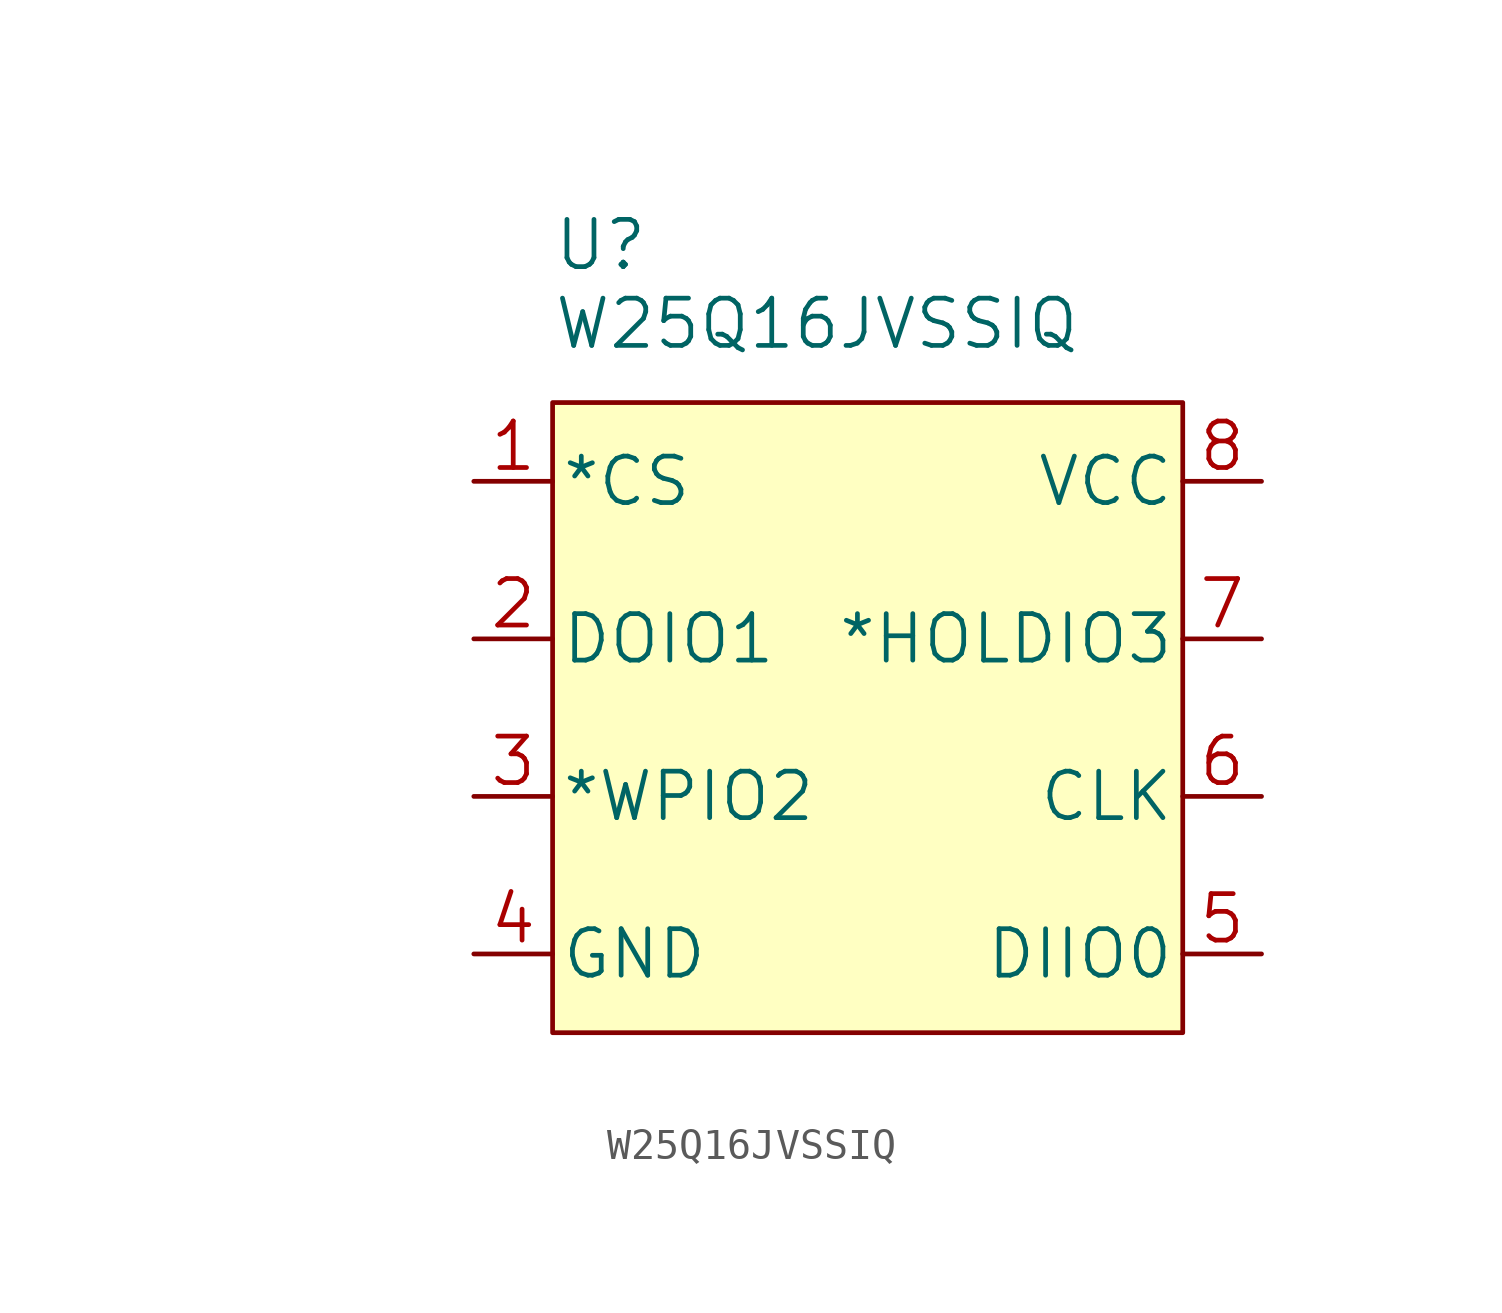
<source format=kicad_sym>
(kicad_symbol_lib
  (version 20211014)
  (generator kicad_symbol_editor)
  (symbol "W25Q16JVSSIQ"
    (pin_names
      (offset 0.254))
    (property "Reference" "U"
      (at -10.16 15.24 0)
      (effects (font (size 1.524 1.524)) (justify left)))
    (property "Value" "W25Q16JVSSIQ"
      (at -10.16 12.7 0)
      (effects (font (size 1.524 1.524)) (justify left)))
    (property "Datasheet" ""
      (at -20.32 5.08 0)
      (effects (font (size 1.524 1.524))))
    (symbol "W25Q16JVSSIQ_0_1"
      (rectangle (start -10.16 10.16) (end 10.16 -10.16) (stroke (width 0.152) (type default) (color 0 0 0 0)) (fill (type background))))
    (symbol "W25Q16JVSSIQ_1_1"
      (pin input line (at -12.7 7.62 0) (length 2.54) (name "*CS" (effects (font (size 1.499 1.499)))) (number "1" (effects (font (size 1.499 1.499)))))
      (pin bidirectional line (at -12.7 2.54 0) (length 2.54) (name "DOIO1" (effects (font (size 1.499 1.499)))) (number "2" (effects (font (size 1.499 1.499)))))
      (pin bidirectional line (at -12.7 -2.54 0) (length 2.54) (name "*WPIO2" (effects (font (size 1.499 1.499)))) (number "3" (effects (font (size 1.499 1.499)))))
      (pin power_in line (at -12.7 -7.62 0) (length 2.54) (name "GND" (effects (font (size 1.499 1.499)))) (number "4" (effects (font (size 1.499 1.499)))))
      (pin bidirectional line (at 12.7 -7.62 180) (length 2.54) (name "DIIO0" (effects (font (size 1.499 1.499)))) (number "5" (effects (font (size 1.499 1.499)))))
      (pin input line (at 12.7 -2.54 180) (length 2.54) (name "CLK" (effects (font (size 1.499 1.499)))) (number "6" (effects (font (size 1.499 1.499)))))
      (pin bidirectional line (at 12.7 2.54 180) (length 2.54) (name "*HOLDIO3" (effects (font (size 1.499 1.499)))) (number "7" (effects (font (size 1.499 1.499)))))
      (pin power_in line (at 12.7 7.62 180) (length 2.54) (name "VCC" (effects (font (size 1.499 1.499)))) (number "8" (effects (font (size 1.499 1.499))))))))
</source>
